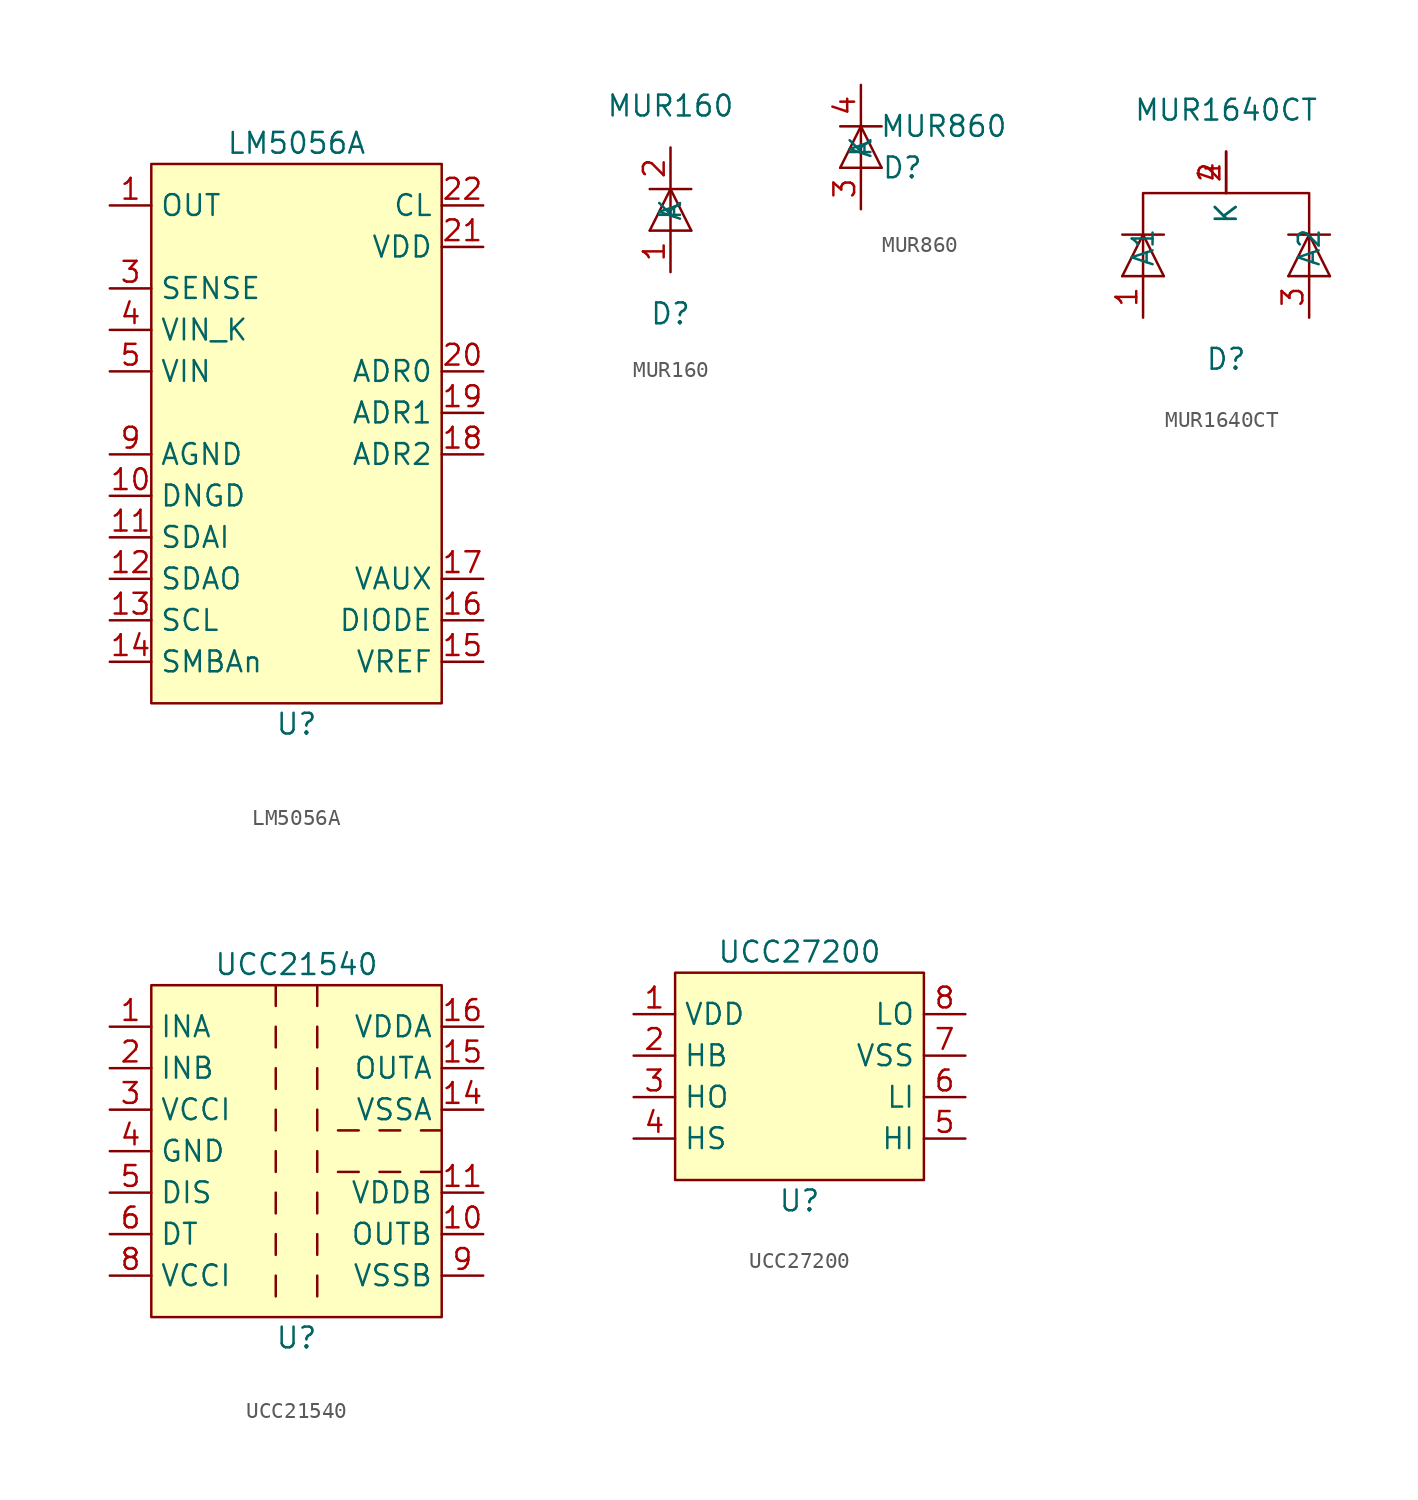
<source format=kicad_sym>
(kicad_symbol_lib
  (version 20211014)
  (generator kicad_symbol_editor)
  (symbol "LM5056A"
    (property "Reference" "U"
      (at 0 -17.78 0)
      (effects (font (size 1.27 1.27))))
    (property "Value" "LM5056A"
      (at 0 17.78 0)
      (effects (font (size 1.27 1.27))))
    (symbol "LM5056A_0_1"
      (rectangle (start -8.89 16.51) (end 8.89 -16.51) (stroke (width 0) (type default) (color 0 0 0 0)) (fill (type background))))
    (symbol "LM5056A_1_1"
      (pin input line (at -11.43 13.97 0) (length 2.54) (name "OUT" (effects (font (size 1.27 1.27)))) (number "1" (effects (font (size 1.27 1.27)))))
      (pin passive line (at -11.43 -3.81 0) (length 2.54) (name "DNGD" (effects (font (size 1.27 1.27)))) (number "10" (effects (font (size 1.27 1.27)))))
      (pin input line (at -11.43 -6.35 0) (length 2.54) (name "SDAI" (effects (font (size 1.27 1.27)))) (number "11" (effects (font (size 1.27 1.27)))))
      (pin output line (at -11.43 -8.89 0) (length 2.54) (name "SDAO" (effects (font (size 1.27 1.27)))) (number "12" (effects (font (size 1.27 1.27)))))
      (pin input line (at -11.43 -11.43 0) (length 2.54) (name "SCL" (effects (font (size 1.27 1.27)))) (number "13" (effects (font (size 1.27 1.27)))))
      (pin output line (at -11.43 -13.97 0) (length 2.54) (name "SMBAn" (effects (font (size 1.27 1.27)))) (number "14" (effects (font (size 1.27 1.27)))))
      (pin output line (at 11.43 -13.97 180) (length 2.54) (name "VREF" (effects (font (size 1.27 1.27)))) (number "15" (effects (font (size 1.27 1.27)))))
      (pin output line (at 11.43 -11.43 180) (length 2.54) (name "DIODE" (effects (font (size 1.27 1.27)))) (number "16" (effects (font (size 1.27 1.27)))))
      (pin input line (at 11.43 -8.89 180) (length 2.54) (name "VAUX" (effects (font (size 1.27 1.27)))) (number "17" (effects (font (size 1.27 1.27)))))
      (pin input line (at 11.43 -1.27 180) (length 2.54) (name "ADR2" (effects (font (size 1.27 1.27)))) (number "18" (effects (font (size 1.27 1.27)))))
      (pin input line (at 11.43 1.27 180) (length 2.54) (name "ADR1" (effects (font (size 1.27 1.27)))) (number "19" (effects (font (size 1.27 1.27)))))
      (pin input line (at 11.43 3.81 180) (length 2.54) (name "ADR0" (effects (font (size 1.27 1.27)))) (number "20" (effects (font (size 1.27 1.27)))))
      (pin power_in line (at 11.43 11.43 180) (length 2.54) (name "VDD" (effects (font (size 1.27 1.27)))) (number "21" (effects (font (size 1.27 1.27)))))
      (pin output line (at 11.43 13.97 180) (length 2.54) (name "CL" (effects (font (size 1.27 1.27)))) (number "22" (effects (font (size 1.27 1.27)))))
      (pin input line (at -11.43 8.89 0) (length 2.54) (name "SENSE" (effects (font (size 1.27 1.27)))) (number "3" (effects (font (size 1.27 1.27)))))
      (pin input line (at -11.43 6.35 0) (length 2.54) (name "VIN_K" (effects (font (size 1.27 1.27)))) (number "4" (effects (font (size 1.27 1.27)))))
      (pin input line (at -11.43 3.81 0) (length 2.54) (name "VIN" (effects (font (size 1.27 1.27)))) (number "5" (effects (font (size 1.27 1.27)))))
      (pin passive line (at -11.43 -1.27 0) (length 2.54) (name "AGND" (effects (font (size 1.27 1.27)))) (number "9" (effects (font (size 1.27 1.27)))))))
  (symbol "MUR160"
    (property "Reference" "D"
      (at 0 -6.35 0)
      (effects (font (size 1.27 1.27))))
    (property "Value" "MUR160"
      (at 0 6.35 0)
      (effects (font (size 1.27 1.27))))
    (symbol "MUR160_0_1"
      (polyline (pts (xy -1.27 -1.27) (xy 1.27 -1.27)) (stroke (width 0) (type default) (color 0 0 0 0)) (fill (type none)))
      (polyline (pts (xy 0 -1.27) (xy 0 1.27)) (stroke (width 0) (type default) (color 0 0 0 0)) (fill (type none)))
      (polyline (pts (xy 1.27 1.27) (xy -1.27 1.27)) (stroke (width 0.152) (type default) (color 0 0 0 0)) (fill (type none)))
      (polyline (pts (xy 1.27 -1.27) (xy 0 1.27) (xy -1.27 -1.27)) (stroke (width 0) (type default) (color 0 0 0 0)) (fill (type none))))
    (symbol "MUR160_1_1"
      (pin passive line (at 0 -3.81 90) (length 2.54) (name "A" (effects (font (size 1.27 1.27)))) (number "1" (effects (font (size 1.27 1.27)))))
      (pin passive line (at 0 3.81 270) (length 2.54) (name "K" (effects (font (size 1.27 1.27)))) (number "2" (effects (font (size 1.27 1.27)))))))
  (symbol "MUR860"
    (property "Reference" "D"
      (at 2.54 -1.27 0)
      (effects (font (size 1.27 1.27))))
    (property "Value" "MUR860"
      (at 5.08 1.27 0)
      (effects (font (size 1.27 1.27))))
    (symbol "MUR860_0_1"
      (polyline (pts (xy -1.27 -1.27) (xy 1.27 -1.27)) (stroke (width 0) (type default) (color 0 0 0 0)) (fill (type none)))
      (polyline (pts (xy 0 -1.27) (xy 0 1.27)) (stroke (width 0) (type default) (color 0 0 0 0)) (fill (type none)))
      (polyline (pts (xy 1.27 1.27) (xy -1.27 1.27)) (stroke (width 0.152) (type default) (color 0 0 0 0)) (fill (type none)))
      (polyline (pts (xy 1.27 -1.27) (xy 0 1.27) (xy -1.27 -1.27)) (stroke (width 0) (type default) (color 0 0 0 0)) (fill (type none))))
    (symbol "MUR860_1_1"
      (pin passive line (at 0 -3.81 90) (length 2.54) (name "A" (effects (font (size 1.27 1.27)))) (number "3" (effects (font (size 1.27 1.27)))))
      (pin passive line (at 0 3.81 270) (length 2.54) (name "K" (effects (font (size 1.27 1.27)))) (number "4" (effects (font (size 1.27 1.27)))))))
  (symbol "MUR1640CT"
    (property "Reference" "D"
      (at 0 -8.89 0)
      (effects (font (size 1.27 1.27))))
    (property "Value" "MUR1640CT"
      (at 0 6.35 0)
      (effects (font (size 1.27 1.27))))
    (symbol "MUR1640CT_0_1"
      (polyline (pts (xy -6.35 -3.81) (xy -3.81 -3.81)) (stroke (width 0) (type default) (color 0 0 0 0)) (fill (type none)))
      (polyline (pts (xy -5.08 -3.81) (xy -5.08 -1.27)) (stroke (width 0) (type default) (color 0 0 0 0)) (fill (type none)))
      (polyline (pts (xy -3.81 -1.27) (xy -6.35 -1.27)) (stroke (width 0.152) (type default) (color 0 0 0 0)) (fill (type none)))
      (polyline (pts (xy 3.81 -3.81) (xy 6.35 -3.81)) (stroke (width 0) (type default) (color 0 0 0 0)) (fill (type none)))
      (polyline (pts (xy 5.08 -3.81) (xy 5.08 -1.27)) (stroke (width 0) (type default) (color 0 0 0 0)) (fill (type none)))
      (polyline (pts (xy 6.35 -1.27) (xy 3.81 -1.27)) (stroke (width 0.152) (type default) (color 0 0 0 0)) (fill (type none)))
      (polyline (pts (xy -3.81 -3.81) (xy -5.08 -1.27) (xy -6.35 -3.81)) (stroke (width 0) (type default) (color 0 0 0 0)) (fill (type none)))
      (polyline (pts (xy 6.35 -3.81) (xy 5.08 -1.27) (xy 3.81 -3.81)) (stroke (width 0) (type default) (color 0 0 0 0)) (fill (type none)))
      (polyline (pts (xy 5.08 -1.27) (xy 5.08 1.27) (xy -5.08 1.27) (xy -5.08 -1.27)) (stroke (width 0) (type default) (color 0 0 0 0)) (fill (type none))))
    (symbol "MUR1640CT_1_1"
      (pin passive line (at -5.08 -6.35 90) (length 2.54) (name "A1" (effects (font (size 1.27 1.27)))) (number "1" (effects (font (size 1.27 1.27)))))
      (pin passive line (at 0 3.81 270) (length 2.54) (name "K" (effects (font (size 1.27 1.27)))) (number "2" (effects (font (size 1.27 1.27)))))
      (pin passive line (at 5.08 -6.35 90) (length 2.54) (name "A2" (effects (font (size 1.27 1.27)))) (number "3" (effects (font (size 1.27 1.27)))))
      (pin passive line (at 0 3.81 270) (length 2.54) (name "K" (effects (font (size 1.27 1.27)))) (number "4" (effects (font (size 1.27 1.27)))))))
  (symbol "UCC21540"
    (property "Reference" "U"
      (at 0 -11.43 0)
      (effects (font (size 1.27 1.27))))
    (property "Value" "UCC21540"
      (at 0 11.43 0)
      (effects (font (size 1.27 1.27))))
    (symbol "UCC21540_0_1"
      (rectangle (start -8.89 10.16) (end 8.89 -10.16) (stroke (width 0) (type default) (color 0 0 0 0)) (fill (type background)))
      (polyline (pts (xy -1.27 -7.62) (xy -1.27 -8.89)) (stroke (width 0) (type default) (color 0 0 0 0)) (fill (type none)))
      (polyline (pts (xy -1.27 -5.08) (xy -1.27 -6.35)) (stroke (width 0) (type default) (color 0 0 0 0)) (fill (type none)))
      (polyline (pts (xy -1.27 -2.54) (xy -1.27 -3.81)) (stroke (width 0) (type default) (color 0 0 0 0)) (fill (type none)))
      (polyline (pts (xy -1.27 0) (xy -1.27 -1.27)) (stroke (width 0) (type default) (color 0 0 0 0)) (fill (type none)))
      (polyline (pts (xy -1.27 2.54) (xy -1.27 1.27)) (stroke (width 0) (type default) (color 0 0 0 0)) (fill (type none)))
      (polyline (pts (xy -1.27 5.08) (xy -1.27 3.81)) (stroke (width 0) (type default) (color 0 0 0 0)) (fill (type none)))
      (polyline (pts (xy -1.27 7.62) (xy -1.27 6.35)) (stroke (width 0) (type default) (color 0 0 0 0)) (fill (type none)))
      (polyline (pts (xy -1.27 10.16) (xy -1.27 8.89)) (stroke (width 0) (type default) (color 0 0 0 0)) (fill (type none)))
      (polyline (pts (xy 1.27 -7.62) (xy 1.27 -8.89)) (stroke (width 0) (type default) (color 0 0 0 0)) (fill (type none)))
      (polyline (pts (xy 1.27 -5.08) (xy 1.27 -6.35)) (stroke (width 0) (type default) (color 0 0 0 0)) (fill (type none)))
      (polyline (pts (xy 1.27 -2.54) (xy 1.27 -3.81)) (stroke (width 0) (type default) (color 0 0 0 0)) (fill (type none)))
      (polyline (pts (xy 1.27 0) (xy 1.27 -1.27)) (stroke (width 0) (type default) (color 0 0 0 0)) (fill (type none)))
      (polyline (pts (xy 1.27 2.54) (xy 1.27 1.27)) (stroke (width 0) (type default) (color 0 0 0 0)) (fill (type none)))
      (polyline (pts (xy 1.27 5.08) (xy 1.27 3.81)) (stroke (width 0) (type default) (color 0 0 0 0)) (fill (type none)))
      (polyline (pts (xy 1.27 7.62) (xy 1.27 6.35)) (stroke (width 0) (type default) (color 0 0 0 0)) (fill (type none)))
      (polyline (pts (xy 1.27 10.16) (xy 1.27 8.89)) (stroke (width 0) (type default) (color 0 0 0 0)) (fill (type none)))
      (polyline (pts (xy 2.54 1.27) (xy 3.81 1.27)) (stroke (width 0) (type default) (color 0 0 0 0)) (fill (type none)))
      (polyline (pts (xy 3.81 -1.27) (xy 2.54 -1.27)) (stroke (width 0) (type default) (color 0 0 0 0)) (fill (type none)))
      (polyline (pts (xy 5.08 1.27) (xy 6.35 1.27)) (stroke (width 0) (type default) (color 0 0 0 0)) (fill (type none)))
      (polyline (pts (xy 6.35 -1.27) (xy 5.08 -1.27)) (stroke (width 0) (type default) (color 0 0 0 0)) (fill (type none)))
      (polyline (pts (xy 7.62 1.27) (xy 8.89 1.27)) (stroke (width 0) (type default) (color 0 0 0 0)) (fill (type none)))
      (polyline (pts (xy 8.89 -1.27) (xy 7.62 -1.27)) (stroke (width 0) (type default) (color 0 0 0 0)) (fill (type none))))
    (symbol "UCC21540_1_1"
      (pin input line (at -11.43 7.62 0) (length 2.54) (name "INA" (effects (font (size 1.27 1.27)))) (number "1" (effects (font (size 1.27 1.27)))))
      (pin power_out line (at 11.43 -5.08 180) (length 2.54) (name "OUTB" (effects (font (size 1.27 1.27)))) (number "10" (effects (font (size 1.27 1.27)))))
      (pin power_in line (at 11.43 -2.54 180) (length 2.54) (name "VDDB" (effects (font (size 1.27 1.27)))) (number "11" (effects (font (size 1.27 1.27)))))
      (pin passive line (at 11.43 2.54 180) (length 2.54) (name "VSSA" (effects (font (size 1.27 1.27)))) (number "14" (effects (font (size 1.27 1.27)))))
      (pin power_out line (at 11.43 5.08 180) (length 2.54) (name "OUTA" (effects (font (size 1.27 1.27)))) (number "15" (effects (font (size 1.27 1.27)))))
      (pin power_in line (at 11.43 7.62 180) (length 2.54) (name "VDDA" (effects (font (size 1.27 1.27)))) (number "16" (effects (font (size 1.27 1.27)))))
      (pin input line (at -11.43 5.08 0) (length 2.54) (name "INB" (effects (font (size 1.27 1.27)))) (number "2" (effects (font (size 1.27 1.27)))))
      (pin power_in line (at -11.43 2.54 0) (length 2.54) (name "VCCI" (effects (font (size 1.27 1.27)))) (number "3" (effects (font (size 1.27 1.27)))))
      (pin passive line (at -11.43 0 0) (length 2.54) (name "GND" (effects (font (size 1.27 1.27)))) (number "4" (effects (font (size 1.27 1.27)))))
      (pin input line (at -11.43 -2.54 0) (length 2.54) (name "DIS" (effects (font (size 1.27 1.27)))) (number "5" (effects (font (size 1.27 1.27)))))
      (pin input line (at -11.43 -5.08 0) (length 2.54) (name "DT" (effects (font (size 1.27 1.27)))) (number "6" (effects (font (size 1.27 1.27)))))
      (pin power_in line (at -11.43 -7.62 0) (length 2.54) (name "VCCI" (effects (font (size 1.27 1.27)))) (number "8" (effects (font (size 1.27 1.27)))))
      (pin passive line (at 11.43 -7.62 180) (length 2.54) (name "VSSB" (effects (font (size 1.27 1.27)))) (number "9" (effects (font (size 1.27 1.27)))))))
  (symbol "UCC27200"
    (property "Reference" "U"
      (at 0 -7.62 0)
      (effects (font (size 1.27 1.27))))
    (property "Value" "UCC27200"
      (at 0 7.62 0)
      (effects (font (size 1.27 1.27))))
    (symbol "UCC27200_0_1"
      (rectangle (start -7.62 6.35) (end 7.62 -6.35) (stroke (width 0) (type default) (color 0 0 0 0)) (fill (type background))))
    (symbol "UCC27200_1_1"
      (pin power_in line (at -10.16 3.81 0) (length 2.54) (name "VDD" (effects (font (size 1.27 1.27)))) (number "1" (effects (font (size 1.27 1.27)))))
      (pin input line (at -10.16 1.27 0) (length 2.54) (name "HB" (effects (font (size 1.27 1.27)))) (number "2" (effects (font (size 1.27 1.27)))))
      (pin power_out line (at -10.16 -1.27 0) (length 2.54) (name "HO" (effects (font (size 1.27 1.27)))) (number "3" (effects (font (size 1.27 1.27)))))
      (pin input line (at -10.16 -3.81 0) (length 2.54) (name "HS" (effects (font (size 1.27 1.27)))) (number "4" (effects (font (size 1.27 1.27)))))
      (pin input line (at 10.16 -3.81 180) (length 2.54) (name "HI" (effects (font (size 1.27 1.27)))) (number "5" (effects (font (size 1.27 1.27)))))
      (pin input line (at 10.16 -1.27 180) (length 2.54) (name "LI" (effects (font (size 1.27 1.27)))) (number "6" (effects (font (size 1.27 1.27)))))
      (pin passive line (at 10.16 1.27 180) (length 2.54) (name "VSS" (effects (font (size 1.27 1.27)))) (number "7" (effects (font (size 1.27 1.27)))))
      (pin output line (at 10.16 3.81 180) (length 2.54) (name "LO" (effects (font (size 1.27 1.27)))) (number "8" (effects (font (size 1.27 1.27))))))))
</source>
